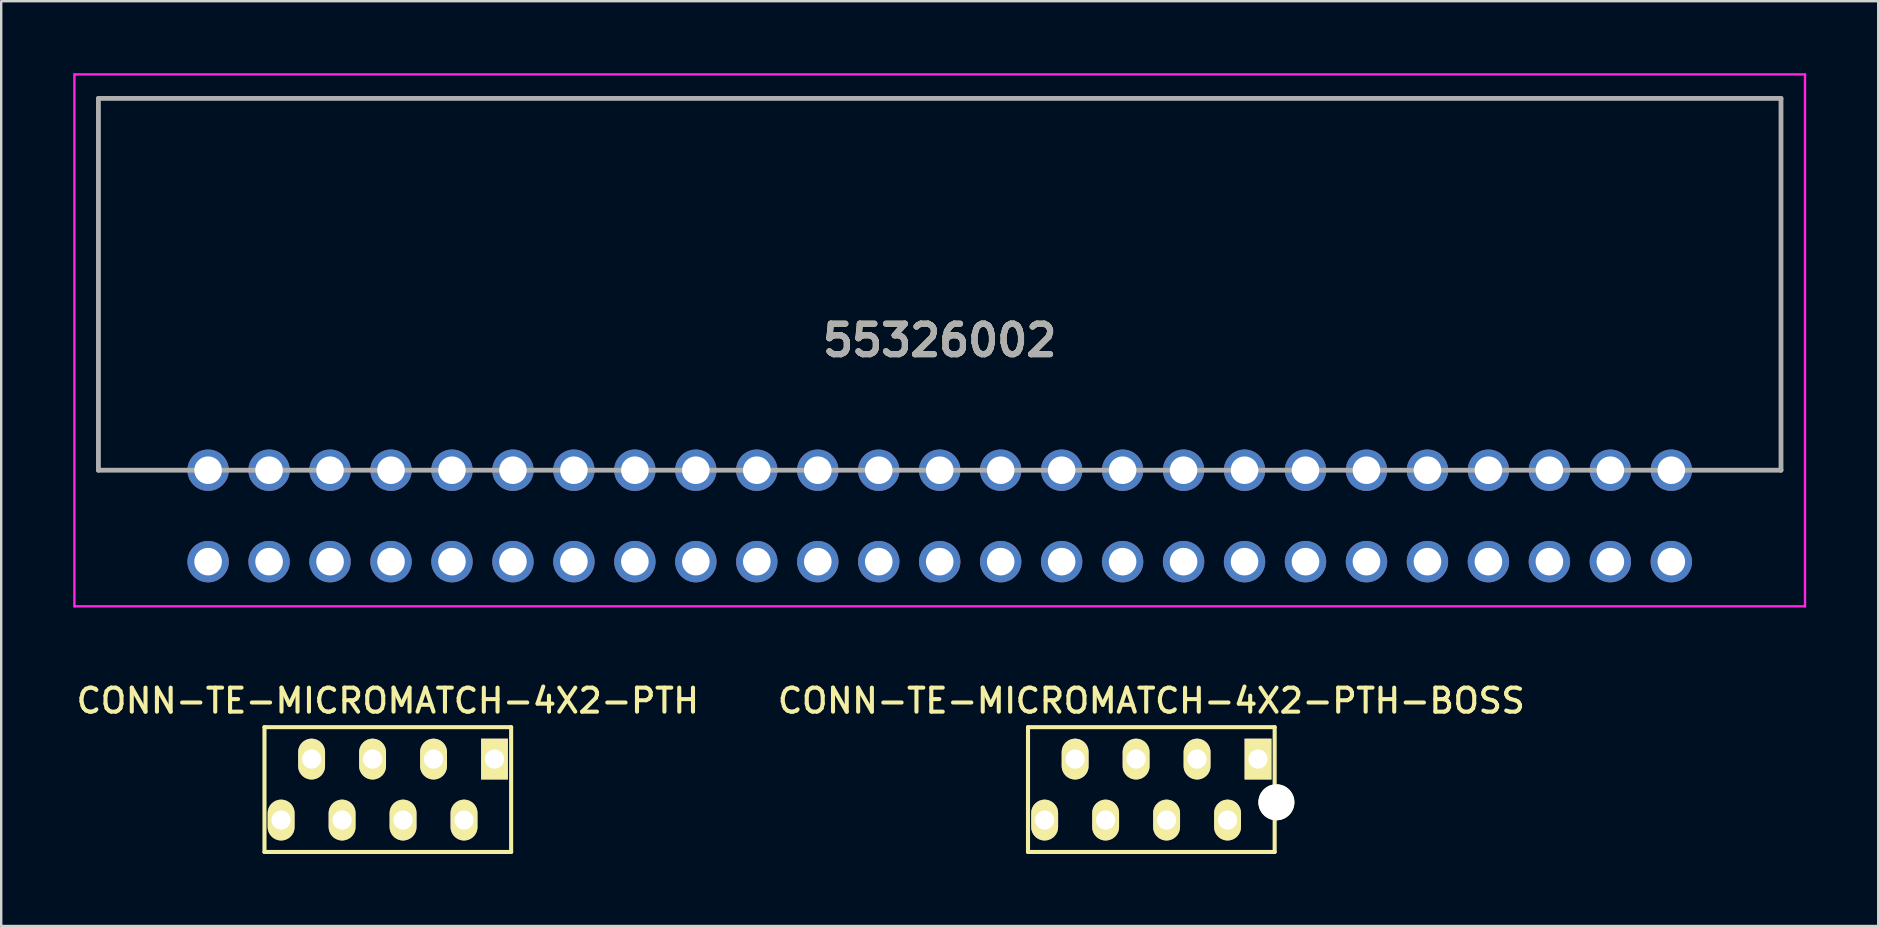
<source format=kicad_pcb>
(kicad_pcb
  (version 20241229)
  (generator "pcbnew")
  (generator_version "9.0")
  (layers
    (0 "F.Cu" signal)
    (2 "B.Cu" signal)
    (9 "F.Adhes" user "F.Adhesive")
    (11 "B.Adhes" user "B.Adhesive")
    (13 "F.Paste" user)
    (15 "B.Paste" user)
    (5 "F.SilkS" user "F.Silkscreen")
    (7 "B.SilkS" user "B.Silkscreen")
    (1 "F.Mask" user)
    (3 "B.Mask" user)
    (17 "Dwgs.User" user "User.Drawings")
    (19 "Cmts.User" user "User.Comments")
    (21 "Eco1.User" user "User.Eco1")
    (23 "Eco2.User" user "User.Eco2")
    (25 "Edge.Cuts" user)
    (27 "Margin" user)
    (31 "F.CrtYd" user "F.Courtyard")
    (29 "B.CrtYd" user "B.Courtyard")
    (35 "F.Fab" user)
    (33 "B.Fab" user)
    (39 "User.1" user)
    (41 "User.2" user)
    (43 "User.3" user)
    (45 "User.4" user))
  (footprint "55326002"
    (layer "F.Cu")
    (at 5.62 20.35)
    (property "Reference" "55326002" (at 30.48 -9.219 0) (layer "F.SilkS") (effects (font (size 1.27 1.27) (thickness 0.254))))
    (attr through_hole)
    (fp_line (start -4.57 -19.3) (end 65.53 -19.3) (stroke (width 0.1) (type solid)) (layer "F.SilkS"))
    (fp_line (start -4.57 -3.81) (end -4.57 -19.05) (stroke (width 0.1) (type solid)) (layer "F.SilkS"))
    (fp_line (start 65.53 -19.3) (end 65.53 -3.81) (stroke (width 0.1) (type solid)) (layer "F.SilkS"))
    (fp_line (start -5.57 -20.3) (end 66.53 -20.3) (stroke (width 0.1) (type solid)) (layer "F.CrtYd"))
    (fp_line (start -5.57 1.862) (end -5.57 -20.3) (stroke (width 0.1) (type solid)) (layer "F.CrtYd"))
    (fp_line (start 66.53 -20.3) (end 66.53 1.862) (stroke (width 0.1) (type solid)) (layer "F.CrtYd"))
    (fp_line (start 66.53 1.862) (end -5.57 1.862) (stroke (width 0.1) (type solid)) (layer "F.CrtYd"))
    (fp_line (start -4.57 -19.3) (end 65.53 -19.3) (stroke (width 0.2) (type solid)) (layer "F.Fab"))
    (fp_line (start -4.57 -3.81) (end -4.57 -19.3) (stroke (width 0.2) (type solid)) (layer "F.Fab"))
    (fp_line (start 65.53 -19.3) (end 65.53 -3.81) (stroke (width 0.2) (type solid)) (layer "F.Fab"))
    (fp_line (start 65.53 -3.81) (end -4.57 -3.81) (stroke (width 0.2) (type solid)) (layer "F.Fab"))
    (fp_text user "${REFERENCE}" (at 30.48 -9.219 0) (layer "F.Fab") (effects (font (size 1.27 1.27) (thickness 0.254))))
    (pad "1" thru_hole circle (at 0 0) (size 1.725 1.725) (drill 1.15) (layers "*.Cu" "*.Mask"))
    (pad "2" thru_hole circle (at 0 -3.81) (size 1.725 1.725) (drill 1.15) (layers "*.Cu" "*.Mask"))
    (pad "3" thru_hole circle (at 2.54 0) (size 1.725 1.725) (drill 1.15) (layers "*.Cu" "*.Mask"))
    (pad "4" thru_hole circle (at 2.54 -3.81) (size 1.725 1.725) (drill 1.15) (layers "*.Cu" "*.Mask"))
    (pad "5" thru_hole circle (at 5.08 0) (size 1.725 1.725) (drill 1.15) (layers "*.Cu" "*.Mask"))
    (pad "6" thru_hole circle (at 5.08 -3.81) (size 1.725 1.725) (drill 1.15) (layers "*.Cu" "*.Mask"))
    (pad "7" thru_hole circle (at 7.62 0) (size 1.725 1.725) (drill 1.15) (layers "*.Cu" "*.Mask"))
    (pad "8" thru_hole circle (at 7.62 -3.81) (size 1.725 1.725) (drill 1.15) (layers "*.Cu" "*.Mask"))
    (pad "9" thru_hole circle (at 10.16 0) (size 1.725 1.725) (drill 1.15) (layers "*.Cu" "*.Mask"))
    (pad "10" thru_hole circle (at 10.16 -3.81) (size 1.725 1.725) (drill 1.15) (layers "*.Cu" "*.Mask"))
    (pad "11" thru_hole circle (at 12.7 0) (size 1.725 1.725) (drill 1.15) (layers "*.Cu" "*.Mask"))
    (pad "12" thru_hole circle (at 12.7 -3.81) (size 1.725 1.725) (drill 1.15) (layers "*.Cu" "*.Mask"))
    (pad "13" thru_hole circle (at 15.24 0) (size 1.725 1.725) (drill 1.15) (layers "*.Cu" "*.Mask"))
    (pad "14" thru_hole circle (at 15.24 -3.81) (size 1.725 1.725) (drill 1.15) (layers "*.Cu" "*.Mask"))
    (pad "15" thru_hole circle (at 17.78 0) (size 1.725 1.725) (drill 1.15) (layers "*.Cu" "*.Mask"))
    (pad "16" thru_hole circle (at 17.78 -3.81) (size 1.725 1.725) (drill 1.15) (layers "*.Cu" "*.Mask"))
    (pad "17" thru_hole circle (at 20.32 0) (size 1.725 1.725) (drill 1.15) (layers "*.Cu" "*.Mask"))
    (pad "18" thru_hole circle (at 20.32 -3.81) (size 1.725 1.725) (drill 1.15) (layers "*.Cu" "*.Mask"))
    (pad "19" thru_hole circle (at 22.86 0) (size 1.725 1.725) (drill 1.15) (layers "*.Cu" "*.Mask"))
    (pad "20" thru_hole circle (at 22.86 -3.81) (size 1.725 1.725) (drill 1.15) (layers "*.Cu" "*.Mask"))
    (pad "21" thru_hole circle (at 25.4 0) (size 1.725 1.725) (drill 1.15) (layers "*.Cu" "*.Mask"))
    (pad "22" thru_hole circle (at 25.4 -3.81) (size 1.725 1.725) (drill 1.15) (layers "*.Cu" "*.Mask"))
    (pad "23" thru_hole circle (at 27.94 0) (size 1.725 1.725) (drill 1.15) (layers "*.Cu" "*.Mask"))
    (pad "24" thru_hole circle (at 27.94 -3.81) (size 1.725 1.725) (drill 1.15) (layers "*.Cu" "*.Mask"))
    (pad "25" thru_hole circle (at 30.48 0) (size 1.725 1.725) (drill 1.15) (layers "*.Cu" "*.Mask"))
    (pad "26" thru_hole circle (at 30.48 -3.81) (size 1.725 1.725) (drill 1.15) (layers "*.Cu" "*.Mask"))
    (pad "27" thru_hole circle (at 33.02 0) (size 1.725 1.725) (drill 1.15) (layers "*.Cu" "*.Mask"))
    (pad "28" thru_hole circle (at 33.02 -3.81) (size 1.725 1.725) (drill 1.15) (layers "*.Cu" "*.Mask"))
    (pad "29" thru_hole circle (at 35.56 0) (size 1.725 1.725) (drill 1.15) (layers "*.Cu" "*.Mask"))
    (pad "30" thru_hole circle (at 35.56 -3.81) (size 1.725 1.725) (drill 1.15) (layers "*.Cu" "*.Mask"))
    (pad "31" thru_hole circle (at 38.1 0) (size 1.725 1.725) (drill 1.15) (layers "*.Cu" "*.Mask"))
    (pad "32" thru_hole circle (at 38.1 -3.81) (size 1.725 1.725) (drill 1.15) (layers "*.Cu" "*.Mask"))
    (pad "33" thru_hole circle (at 40.64 0) (size 1.725 1.725) (drill 1.15) (layers "*.Cu" "*.Mask"))
    (pad "34" thru_hole circle (at 40.64 -3.81) (size 1.725 1.725) (drill 1.15) (layers "*.Cu" "*.Mask"))
    (pad "35" thru_hole circle (at 43.18 0) (size 1.725 1.725) (drill 1.15) (layers "*.Cu" "*.Mask"))
    (pad "36" thru_hole circle (at 43.18 -3.81) (size 1.725 1.725) (drill 1.15) (layers "*.Cu" "*.Mask"))
    (pad "37" thru_hole circle (at 45.72 0) (size 1.725 1.725) (drill 1.15) (layers "*.Cu" "*.Mask"))
    (pad "38" thru_hole circle (at 45.72 -3.81) (size 1.725 1.725) (drill 1.15) (layers "*.Cu" "*.Mask"))
    (pad "39" thru_hole circle (at 48.26 0) (size 1.725 1.725) (drill 1.15) (layers "*.Cu" "*.Mask"))
    (pad "40" thru_hole circle (at 48.26 -3.81) (size 1.725 1.725) (drill 1.15) (layers "*.Cu" "*.Mask"))
    (pad "41" thru_hole circle (at 50.8 0) (size 1.725 1.725) (drill 1.15) (layers "*.Cu" "*.Mask"))
    (pad "42" thru_hole circle (at 50.8 -3.81) (size 1.725 1.725) (drill 1.15) (layers "*.Cu" "*.Mask"))
    (pad "43" thru_hole circle (at 53.34 0) (size 1.725 1.725) (drill 1.15) (layers "*.Cu" "*.Mask"))
    (pad "44" thru_hole circle (at 53.34 -3.81) (size 1.725 1.725) (drill 1.15) (layers "*.Cu" "*.Mask"))
    (pad "45" thru_hole circle (at 55.88 0) (size 1.725 1.725) (drill 1.15) (layers "*.Cu" "*.Mask"))
    (pad "46" thru_hole circle (at 55.88 -3.81) (size 1.725 1.725) (drill 1.15) (layers "*.Cu" "*.Mask"))
    (pad "47" thru_hole circle (at 58.42 0) (size 1.725 1.725) (drill 1.15) (layers "*.Cu" "*.Mask"))
    (pad "48" thru_hole circle (at 58.42 -3.81) (size 1.725 1.725) (drill 1.15) (layers "*.Cu" "*.Mask"))
    (pad "49" thru_hole circle (at 60.96 0) (size 1.725 1.725) (drill 1.15) (layers "*.Cu" "*.Mask"))
    (pad "50" thru_hole circle (at 60.96 -3.81) (size 1.725 1.725) (drill 1.15) (layers "*.Cu" "*.Mask")))
  (footprint "CONN-TE-MICROMATCH-4X2-PTH"
    (layer "F.Cu")
    (at 13.107 29.845)
    (property "Reference" "CONN-TE-MICROMATCH-4X2-PTH" (at 0 -3.7 0) (layer "F.SilkS") (effects (font (size 1 1) (thickness 0.17))))
    (attr through_hole)
    (fp_line (start -5.138 -2.6) (end 5.138 -2.6) (stroke (width 0.17) (type solid)) (layer "F.SilkS"))
    (fp_line (start -5.138 2.6) (end -5.138 -2.6) (stroke (width 0.17) (type solid)) (layer "F.SilkS"))
    (fp_line (start -5.138 2.6) (end 5.138 2.6) (stroke (width 0.17) (type solid)) (layer "F.SilkS"))
    (fp_line (start 5.138 2.6) (end 5.138 -2.6) (stroke (width 0.17) (type solid)) (layer "F.SilkS"))
    (pad "1" thru_hole rect (at 4.445 -1.27) (size 1.12 1.7) (drill 0.8) (layers "*.Cu" "*.Mask" "F.SilkS"))
    (pad "2" thru_hole oval (at 3.175 1.27) (size 1.12 1.7) (drill 0.8) (layers "*.Cu" "*.Mask" "F.SilkS"))
    (pad "3" thru_hole oval (at 1.905 -1.27) (size 1.12 1.7) (drill 0.8) (layers "*.Cu" "*.Mask" "F.SilkS"))
    (pad "4" thru_hole oval (at 0.635 1.27) (size 1.12 1.7) (drill 0.8) (layers "*.Cu" "*.Mask" "F.SilkS"))
    (pad "5" thru_hole oval (at -0.635 -1.27) (size 1.12 1.7) (drill 0.8) (layers "*.Cu" "*.Mask" "F.SilkS"))
    (pad "6" thru_hole oval (at -1.905 1.27) (size 1.12 1.7) (drill 0.8) (layers "*.Cu" "*.Mask" "F.SilkS"))
    (pad "7" thru_hole oval (at -3.175 -1.27) (size 1.12 1.7) (drill 0.8) (layers "*.Cu" "*.Mask" "F.SilkS"))
    (pad "8" thru_hole oval (at -4.445 1.27) (size 1.12 1.7) (drill 0.8) (layers "*.Cu" "*.Mask" "F.SilkS")))
  (footprint "CONN-TE-MICROMATCH-4X2-PTH-BOSS"
    (layer "F.Cu")
    (at 44.917 29.845)
    (property "Reference" "CONN-TE-MICROMATCH-4X2-PTH-BOSS" (at 0 -3.7 0) (layer "F.SilkS") (effects (font (size 1 1) (thickness 0.17))))
    (attr through_hole)
    (fp_line (start -5.138 -2.6) (end 5.138 -2.6) (stroke (width 0.17) (type solid)) (layer "F.SilkS"))
    (fp_line (start -5.138 2.6) (end -5.138 -2.6) (stroke (width 0.17) (type solid)) (layer "F.SilkS"))
    (fp_line (start -5.138 2.6) (end 5.138 2.6) (stroke (width 0.17) (type solid)) (layer "F.SilkS"))
    (fp_line (start 5.138 2.6) (end 5.138 -2.6) (stroke (width 0.17) (type solid)) (layer "F.SilkS"))
    (pad "" np_thru_hole circle (at 5.21 0.53) (size 1.5 1.5) (drill 1.5) (layers "*.Cu" "*.Mask" "F.SilkS"))
    (pad "1" thru_hole rect (at 4.445 -1.27) (size 1.12 1.7) (drill 0.8) (layers "*.Cu" "*.Mask" "F.SilkS"))
    (pad "2" thru_hole oval (at 3.175 1.27) (size 1.12 1.7) (drill 0.8) (layers "*.Cu" "*.Mask" "F.SilkS"))
    (pad "3" thru_hole oval (at 1.905 -1.27) (size 1.12 1.7) (drill 0.8) (layers "*.Cu" "*.Mask" "F.SilkS"))
    (pad "4" thru_hole oval (at 0.635 1.27) (size 1.12 1.7) (drill 0.8) (layers "*.Cu" "*.Mask" "F.SilkS"))
    (pad "5" thru_hole oval (at -0.635 -1.27) (size 1.12 1.7) (drill 0.8) (layers "*.Cu" "*.Mask" "F.SilkS"))
    (pad "6" thru_hole oval (at -1.905 1.27) (size 1.12 1.7) (drill 0.8) (layers "*.Cu" "*.Mask" "F.SilkS"))
    (pad "7" thru_hole oval (at -3.175 -1.27) (size 1.12 1.7) (drill 0.8) (layers "*.Cu" "*.Mask" "F.SilkS"))
    (pad "8" thru_hole oval (at -4.445 1.27) (size 1.12 1.7) (drill 0.8) (layers "*.Cu" "*.Mask" "F.SilkS")))
  (gr_rect
    (start -3 -3)
    (end 75.2 35.53)
    (stroke (width 0.1) (type default))
    (fill no)
    (layer "Edge.Cuts")))
</source>
